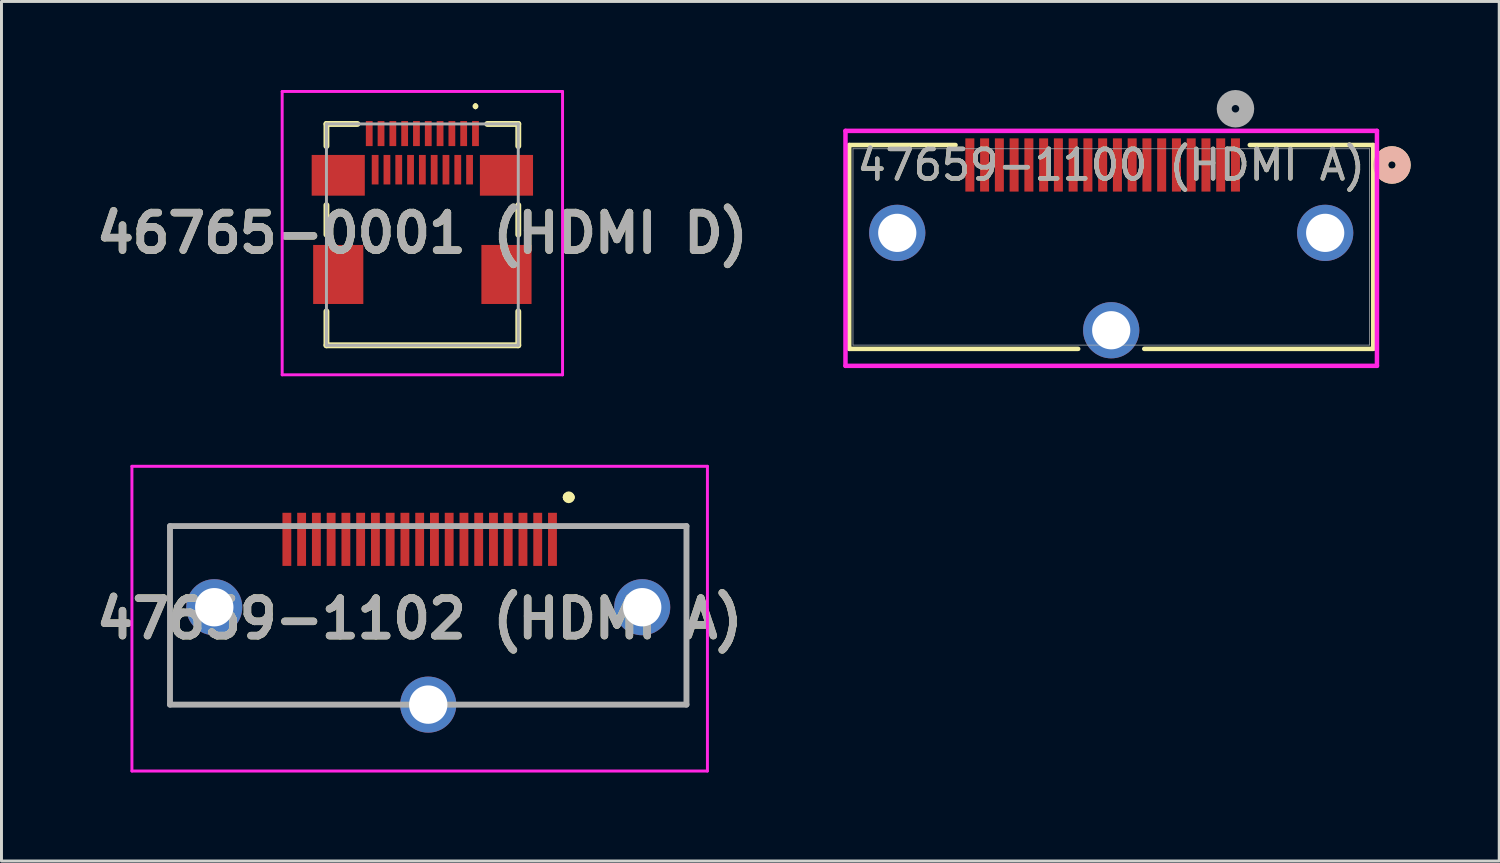
<source format=kicad_pcb>
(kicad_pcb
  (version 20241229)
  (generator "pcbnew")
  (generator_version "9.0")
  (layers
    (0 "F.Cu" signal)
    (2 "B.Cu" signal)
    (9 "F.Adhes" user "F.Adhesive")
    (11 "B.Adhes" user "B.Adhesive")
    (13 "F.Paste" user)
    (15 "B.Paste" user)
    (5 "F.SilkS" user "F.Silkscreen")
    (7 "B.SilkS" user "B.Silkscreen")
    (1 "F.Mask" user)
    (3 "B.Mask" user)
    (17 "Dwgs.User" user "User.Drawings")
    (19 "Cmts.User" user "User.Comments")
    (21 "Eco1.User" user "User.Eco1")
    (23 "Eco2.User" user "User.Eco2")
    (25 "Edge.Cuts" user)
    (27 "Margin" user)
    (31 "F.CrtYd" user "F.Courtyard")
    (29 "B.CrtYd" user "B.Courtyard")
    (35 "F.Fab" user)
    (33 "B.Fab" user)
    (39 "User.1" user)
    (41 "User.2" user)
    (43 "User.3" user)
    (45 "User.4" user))
  (footprint "46765-0001 (HDMI D)"
    (layer "F.Cu")
    (at 11.261 4.9)
    (property "Reference" "46765-0001 (HDMI D)" (at 0 -0.05 0) (layer "F.SilkS") (effects (font (size 1.27 1.27) (thickness 0.254))))
    (attr smd)
    (fp_line (start -3.25 -3.75) (end -3.25 -3) (stroke (width 0.2) (type solid)) (layer "F.SilkS"))
    (fp_line (start -3.25 -1) (end -3.25 0) (stroke (width 0.2) (type solid)) (layer "F.SilkS"))
    (fp_line (start -3.25 2.6) (end -3.25 3.75) (stroke (width 0.2) (type solid)) (layer "F.SilkS"))
    (fp_line (start -3.25 3.75) (end 3.25 3.75) (stroke (width 0.2) (type solid)) (layer "F.SilkS"))
    (fp_line (start -2.2 -3.75) (end -3.25 -3.75) (stroke (width 0.2) (type solid)) (layer "F.SilkS"))
    (fp_line (start 1.8 -4.4) (end 1.8 -4.4) (stroke (width 0.1) (type solid)) (layer "F.SilkS"))
    (fp_line (start 1.8 -4.3) (end 1.8 -4.3) (stroke (width 0.1) (type solid)) (layer "F.SilkS"))
    (fp_line (start 2.2 -3.75) (end 3.25 -3.75) (stroke (width 0.2) (type solid)) (layer "F.SilkS"))
    (fp_line (start 3.25 -3.75) (end 3.25 -3) (stroke (width 0.2) (type solid)) (layer "F.SilkS"))
    (fp_line (start 3.25 0) (end 3.25 -1) (stroke (width 0.2) (type solid)) (layer "F.SilkS"))
    (fp_line (start 3.25 3.75) (end 3.25 2.6) (stroke (width 0.2) (type solid)) (layer "F.SilkS"))
    (fp_arc (start 1.8 -4.4) (mid 1.85 -4.35) (end 1.8 -4.3) (stroke (width 0.1) (type solid)) (layer "F.SilkS"))
    (fp_arc (start 1.8 -4.3) (mid 1.75 -4.35) (end 1.8 -4.4) (stroke (width 0.1) (type solid)) (layer "F.SilkS"))
    (fp_line (start -4.75 -4.85) (end 4.75 -4.85) (stroke (width 0.1) (type solid)) (layer "F.CrtYd"))
    (fp_line (start -4.75 4.75) (end -4.75 -4.85) (stroke (width 0.1) (type solid)) (layer "F.CrtYd"))
    (fp_line (start 4.75 -4.85) (end 4.75 4.75) (stroke (width 0.1) (type solid)) (layer "F.CrtYd"))
    (fp_line (start 4.75 4.75) (end -4.75 4.75) (stroke (width 0.1) (type solid)) (layer "F.CrtYd"))
    (fp_line (start -3.25 -3.75) (end 3.25 -3.75) (stroke (width 0.1) (type solid)) (layer "F.Fab"))
    (fp_line (start -3.25 3.75) (end -3.25 -3.75) (stroke (width 0.1) (type solid)) (layer "F.Fab"))
    (fp_line (start 3.25 -3.75) (end 3.25 3.75) (stroke (width 0.1) (type solid)) (layer "F.Fab"))
    (fp_line (start 3.25 3.75) (end -3.25 3.75) (stroke (width 0.1) (type solid)) (layer "F.Fab"))
    (fp_text user "${REFERENCE}" (at 0 -0.05 0) (layer "F.Fab") (effects (font (size 1.27 1.27) (thickness 0.254))))
    (pad "1" smd rect (at 1.8 -3.425) (size 0.23 0.85) (layers "F.Cu" "F.Mask" "F.Paste"))
    (pad "2" smd rect (at 1.6 -2.2) (size 0.23 1) (layers "F.Cu" "F.Mask" "F.Paste"))
    (pad "3" smd rect (at 1.4 -3.425) (size 0.23 0.85) (layers "F.Cu" "F.Mask" "F.Paste"))
    (pad "4" smd rect (at 1.2 -2.2) (size 0.23 1) (layers "F.Cu" "F.Mask" "F.Paste"))
    (pad "5" smd rect (at 1 -3.425) (size 0.23 0.85) (layers "F.Cu" "F.Mask" "F.Paste"))
    (pad "6" smd rect (at 0.8 -2.2) (size 0.23 1) (layers "F.Cu" "F.Mask" "F.Paste"))
    (pad "7" smd rect (at 0.6 -3.425) (size 0.23 0.85) (layers "F.Cu" "F.Mask" "F.Paste"))
    (pad "8" smd rect (at 0.4 -2.2) (size 0.23 1) (layers "F.Cu" "F.Mask" "F.Paste"))
    (pad "9" smd rect (at 0.2 -3.425) (size 0.23 0.85) (layers "F.Cu" "F.Mask" "F.Paste"))
    (pad "10" smd rect (at 0 -2.2) (size 0.23 1) (layers "F.Cu" "F.Mask" "F.Paste"))
    (pad "11" smd rect (at -0.2 -3.425) (size 0.23 0.85) (layers "F.Cu" "F.Mask" "F.Paste"))
    (pad "12" smd rect (at -0.4 -2.2) (size 0.23 1) (layers "F.Cu" "F.Mask" "F.Paste"))
    (pad "13" smd rect (at -0.6 -3.425) (size 0.23 0.85) (layers "F.Cu" "F.Mask" "F.Paste"))
    (pad "14" smd rect (at -0.8 -2.2) (size 0.23 1) (layers "F.Cu" "F.Mask" "F.Paste"))
    (pad "15" smd rect (at -1 -3.425) (size 0.23 0.85) (layers "F.Cu" "F.Mask" "F.Paste"))
    (pad "16" smd rect (at -1.2 -2.2) (size 0.23 1) (layers "F.Cu" "F.Mask" "F.Paste"))
    (pad "17" smd rect (at -1.4 -3.425) (size 0.23 0.85) (layers "F.Cu" "F.Mask" "F.Paste"))
    (pad "18" smd rect (at -1.6 -2.2) (size 0.23 1) (layers "F.Cu" "F.Mask" "F.Paste"))
    (pad "19" smd rect (at -1.8 -3.425) (size 0.23 0.85) (layers "F.Cu" "F.Mask" "F.Paste"))
    (pad "MP1" smd rect (at 2.85 -2.01 90) (size 1.38 1.8) (layers "F.Cu" "F.Mask" "F.Paste"))
    (pad "MP2" smd rect (at -2.85 -2.01 90) (size 1.38 1.8) (layers "F.Cu" "F.Mask" "F.Paste"))
    (pad "MP3" smd rect (at 2.85 1.35) (size 1.7 2) (layers "F.Cu" "F.Mask" "F.Paste"))
    (pad "MP4" smd rect (at -2.85 1.35) (size 1.7 2) (layers "F.Cu" "F.Mask" "F.Paste")))
  (footprint "47659-1100 (HDMI A)"
    (layer "F.Cu")
    (at 34.602 5.317)
    (property "Reference" "47659-1100 (HDMI A)" (at 0 -2.777 0) (unlocked yes) (layer "F.SilkS") (effects (font (size 1 1) (thickness 0.15))))
    (attr smd)
    (fp_line (start -8.877 -3.454) (end -8.877 3.454) (stroke (width 0.152) (type solid)) (layer "F.SilkS"))
    (fp_line (start -8.877 3.454) (end -1.119 3.454) (stroke (width 0.152) (type solid)) (layer "F.SilkS"))
    (fp_line (start -5.275 -3.454) (end -8.877 -3.454) (stroke (width 0.152) (type solid)) (layer "F.SilkS"))
    (fp_line (start 1.119 3.454) (end 8.877 3.454) (stroke (width 0.152) (type solid)) (layer "F.SilkS"))
    (fp_line (start 8.877 -3.454) (end 4.695 -3.454) (stroke (width 0.152) (type solid)) (layer "F.SilkS"))
    (fp_line (start 8.877 3.454) (end 8.877 -3.454) (stroke (width 0.152) (type solid)) (layer "F.SilkS"))
    (fp_circle (center 9.512 -2.777) (end 9.893 -2.777) (stroke (width 0.508) (type solid)) (fill no) (layer "F.SilkS"))
    (fp_circle (center 9.512 -2.777) (end 9.893 -2.777) (stroke (width 0.508) (type solid)) (fill no) (layer "B.SilkS"))
    (fp_line (start -9.004 -3.933) (end -9.004 4.029) (stroke (width 0.152) (type solid)) (layer "F.CrtYd"))
    (fp_line (start -9.004 4.029) (end 9.004 4.029) (stroke (width 0.152) (type solid)) (layer "F.CrtYd"))
    (fp_line (start 9.004 -3.933) (end -9.004 -3.933) (stroke (width 0.152) (type solid)) (layer "F.CrtYd"))
    (fp_line (start 9.004 4.029) (end 9.004 -3.933) (stroke (width 0.152) (type solid)) (layer "F.CrtYd"))
    (fp_line (start -8.75 -3.327) (end -8.75 3.327) (stroke (width 0.025) (type solid)) (layer "F.Fab"))
    (fp_line (start -8.75 3.327) (end 8.75 3.327) (stroke (width 0.025) (type solid)) (layer "F.Fab"))
    (fp_line (start 8.75 -3.327) (end -8.75 -3.327) (stroke (width 0.025) (type solid)) (layer "F.Fab"))
    (fp_line (start 8.75 3.327) (end 8.75 -3.327) (stroke (width 0.025) (type solid)) (layer "F.Fab"))
    (fp_circle (center 4.21 -4.682) (end 4.591 -4.682) (stroke (width 0.508) (type solid)) (fill no) (layer "F.Fab"))
    (fp_text user "${REFERENCE}" (at 0 -2.777 0) (unlocked yes) (layer "F.Fab") (effects (font (size 1 1) (thickness 0.15))))
    (pad "1" smd rect (at 4.21 -2.777) (size 0.305 1.803) (layers "F.Cu" "F.Mask" "F.Paste"))
    (pad "2" smd rect (at 3.71 -2.777) (size 0.305 1.803) (layers "F.Cu" "F.Mask" "F.Paste"))
    (pad "3" smd rect (at 3.21 -2.777) (size 0.305 1.803) (layers "F.Cu" "F.Mask" "F.Paste"))
    (pad "4" smd rect (at 2.71 -2.777) (size 0.305 1.803) (layers "F.Cu" "F.Mask" "F.Paste"))
    (pad "5" smd rect (at 2.21 -2.777) (size 0.305 1.803) (layers "F.Cu" "F.Mask" "F.Paste"))
    (pad "6" smd rect (at 1.71 -2.777) (size 0.305 1.803) (layers "F.Cu" "F.Mask" "F.Paste"))
    (pad "7" smd rect (at 1.21 -2.777) (size 0.305 1.803) (layers "F.Cu" "F.Mask" "F.Paste"))
    (pad "8" smd rect (at 0.71 -2.777) (size 0.305 1.803) (layers "F.Cu" "F.Mask" "F.Paste"))
    (pad "9" smd rect (at 0.21 -2.777) (size 0.305 1.803) (layers "F.Cu" "F.Mask" "F.Paste"))
    (pad "10" smd rect (at -0.29 -2.777) (size 0.305 1.803) (layers "F.Cu" "F.Mask" "F.Paste"))
    (pad "11" smd rect (at -0.79 -2.777) (size 0.305 1.803) (layers "F.Cu" "F.Mask" "F.Paste"))
    (pad "12" smd rect (at -1.29 -2.777) (size 0.305 1.803) (layers "F.Cu" "F.Mask" "F.Paste"))
    (pad "13" smd rect (at -1.79 -2.777) (size 0.305 1.803) (layers "F.Cu" "F.Mask" "F.Paste"))
    (pad "14" smd rect (at -2.29 -2.777) (size 0.305 1.803) (layers "F.Cu" "F.Mask" "F.Paste"))
    (pad "15" smd rect (at -2.79 -2.777) (size 0.305 1.803) (layers "F.Cu" "F.Mask" "F.Paste"))
    (pad "16" smd rect (at -3.29 -2.777) (size 0.305 1.803) (layers "F.Cu" "F.Mask" "F.Paste"))
    (pad "17" smd rect (at -3.79 -2.777) (size 0.305 1.803) (layers "F.Cu" "F.Mask" "F.Paste"))
    (pad "18" smd rect (at -4.29 -2.777) (size 0.305 1.803) (layers "F.Cu" "F.Mask" "F.Paste"))
    (pad "19" smd rect (at -4.79 -2.777) (size 0.305 1.803) (layers "F.Cu" "F.Mask" "F.Paste"))
    (pad "20" thru_hole circle (at -7.25 -0.477) (size 1.905 1.905) (drill 1.295) (layers "*.Cu" "*.Mask"))
    (pad "21" thru_hole circle (at 7.25 -0.477) (size 1.905 1.905) (drill 1.295) (layers "*.Cu" "*.Mask"))
    (pad "22" thru_hole circle (at 0 2.823) (size 1.905 1.905) (drill 1.295) (layers "*.Cu" "*.Mask")))
  (footprint "47659-1102 (HDMI A)"
    (layer "F.Cu")
    (at 11.46 17.8)
    (property "Reference" "47659-1102 (HDMI A)" (at -0.29 0.113 0) (layer "F.SilkS") (effects (font (size 1.27 1.27) (thickness 0.254))))
    (attr through_hole)
    (fp_line (start -8.75 -3.025) (end -8.75 3.025) (stroke (width 0.1) (type solid)) (layer "F.SilkS"))
    (fp_line (start -8.75 3.025) (end -1.75 3.025) (stroke (width 0.1) (type solid)) (layer "F.SilkS"))
    (fp_line (start -5.3 -3.025) (end -8.75 -3.025) (stroke (width 0.1) (type solid)) (layer "F.SilkS"))
    (fp_line (start 4.71 -4) (end 4.71 -4) (stroke (width 0.3) (type solid)) (layer "F.SilkS"))
    (fp_line (start 4.75 -3.025) (end 8.75 -3.025) (stroke (width 0.1) (type solid)) (layer "F.SilkS"))
    (fp_line (start 4.81 -4) (end 4.81 -4) (stroke (width 0.3) (type solid)) (layer "F.SilkS"))
    (fp_line (start 8.75 -3.025) (end 8.75 3.025) (stroke (width 0.1) (type solid)) (layer "F.SilkS"))
    (fp_line (start 8.75 3.025) (end 1.75 3.025) (stroke (width 0.1) (type solid)) (layer "F.SilkS"))
    (fp_arc (start 4.71 -4) (mid 4.76 -4.05) (end 4.81 -4) (stroke (width 0.3) (type solid)) (layer "F.SilkS"))
    (fp_arc (start 4.81 -4) (mid 4.76 -3.95) (end 4.71 -4) (stroke (width 0.3) (type solid)) (layer "F.SilkS"))
    (fp_line (start -10.04 -5.05) (end 9.46 -5.05) (stroke (width 0.1) (type solid)) (layer "F.CrtYd"))
    (fp_line (start -10.04 5.275) (end -10.04 -5.05) (stroke (width 0.1) (type solid)) (layer "F.CrtYd"))
    (fp_line (start 9.46 -5.05) (end 9.46 5.275) (stroke (width 0.1) (type solid)) (layer "F.CrtYd"))
    (fp_line (start 9.46 5.275) (end -10.04 5.275) (stroke (width 0.1) (type solid)) (layer "F.CrtYd"))
    (fp_line (start -8.75 -3.025) (end 8.75 -3.025) (stroke (width 0.2) (type solid)) (layer "F.Fab"))
    (fp_line (start -8.75 3.025) (end -8.75 -3.025) (stroke (width 0.2) (type solid)) (layer "F.Fab"))
    (fp_line (start 8.75 -3.025) (end 8.75 3.025) (stroke (width 0.2) (type solid)) (layer "F.Fab"))
    (fp_line (start 8.75 3.025) (end -8.75 3.025) (stroke (width 0.2) (type solid)) (layer "F.Fab"))
    (fp_text user "${REFERENCE}" (at -0.29 0.113 0) (layer "F.Fab") (effects (font (size 1.27 1.27) (thickness 0.254))))
    (pad "1" smd rect (at 4.21 -2.575) (size 0.3 1.8) (layers "F.Cu" "F.Mask" "F.Paste"))
    (pad "2" smd rect (at 3.71 -2.575) (size 0.3 1.8) (layers "F.Cu" "F.Mask" "F.Paste"))
    (pad "3" smd rect (at 3.21 -2.575) (size 0.3 1.8) (layers "F.Cu" "F.Mask" "F.Paste"))
    (pad "4" smd rect (at 2.71 -2.575) (size 0.3 1.8) (layers "F.Cu" "F.Mask" "F.Paste"))
    (pad "5" smd rect (at 2.21 -2.575) (size 0.3 1.8) (layers "F.Cu" "F.Mask" "F.Paste"))
    (pad "6" smd rect (at 1.71 -2.575) (size 0.3 1.8) (layers "F.Cu" "F.Mask" "F.Paste"))
    (pad "7" smd rect (at 1.21 -2.575) (size 0.3 1.8) (layers "F.Cu" "F.Mask" "F.Paste"))
    (pad "8" smd rect (at 0.71 -2.575) (size 0.3 1.8) (layers "F.Cu" "F.Mask" "F.Paste"))
    (pad "9" smd rect (at 0.21 -2.575) (size 0.3 1.8) (layers "F.Cu" "F.Mask" "F.Paste"))
    (pad "10" smd rect (at -0.29 -2.575) (size 0.3 1.8) (layers "F.Cu" "F.Mask" "F.Paste"))
    (pad "11" smd rect (at -0.79 -2.575) (size 0.3 1.8) (layers "F.Cu" "F.Mask" "F.Paste"))
    (pad "12" smd rect (at -1.29 -2.575) (size 0.3 1.8) (layers "F.Cu" "F.Mask" "F.Paste"))
    (pad "13" smd rect (at -1.79 -2.575) (size 0.3 1.8) (layers "F.Cu" "F.Mask" "F.Paste"))
    (pad "14" smd rect (at -2.29 -2.575) (size 0.3 1.8) (layers "F.Cu" "F.Mask" "F.Paste"))
    (pad "15" smd rect (at -2.79 -2.575) (size 0.3 1.8) (layers "F.Cu" "F.Mask" "F.Paste"))
    (pad "16" smd rect (at -3.29 -2.575) (size 0.3 1.8) (layers "F.Cu" "F.Mask" "F.Paste"))
    (pad "17" smd rect (at -3.79 -2.575) (size 0.3 1.8) (layers "F.Cu" "F.Mask" "F.Paste"))
    (pad "18" smd rect (at -4.29 -2.575) (size 0.3 1.8) (layers "F.Cu" "F.Mask" "F.Paste"))
    (pad "19" smd rect (at -4.79 -2.575) (size 0.3 1.8) (layers "F.Cu" "F.Mask" "F.Paste"))
    (pad "MH1" thru_hole circle (at -7.25 -0.275) (size 1.9 1.9) (drill 1.3) (layers "*.Cu" "*.Mask"))
    (pad "MH2" thru_hole circle (at 7.25 -0.275) (size 1.9 1.9) (drill 1.3) (layers "*.Cu" "*.Mask"))
    (pad "MH3" thru_hole circle (at 0 3.025) (size 1.9 1.9) (drill 1.3) (layers "*.Cu" "*.Mask")))
  (gr_rect
    (start -3 -3)
    (end 47.749 26.125)
    (stroke (width 0.1) (type default))
    (fill no)
    (layer "Edge.Cuts")))
</source>
